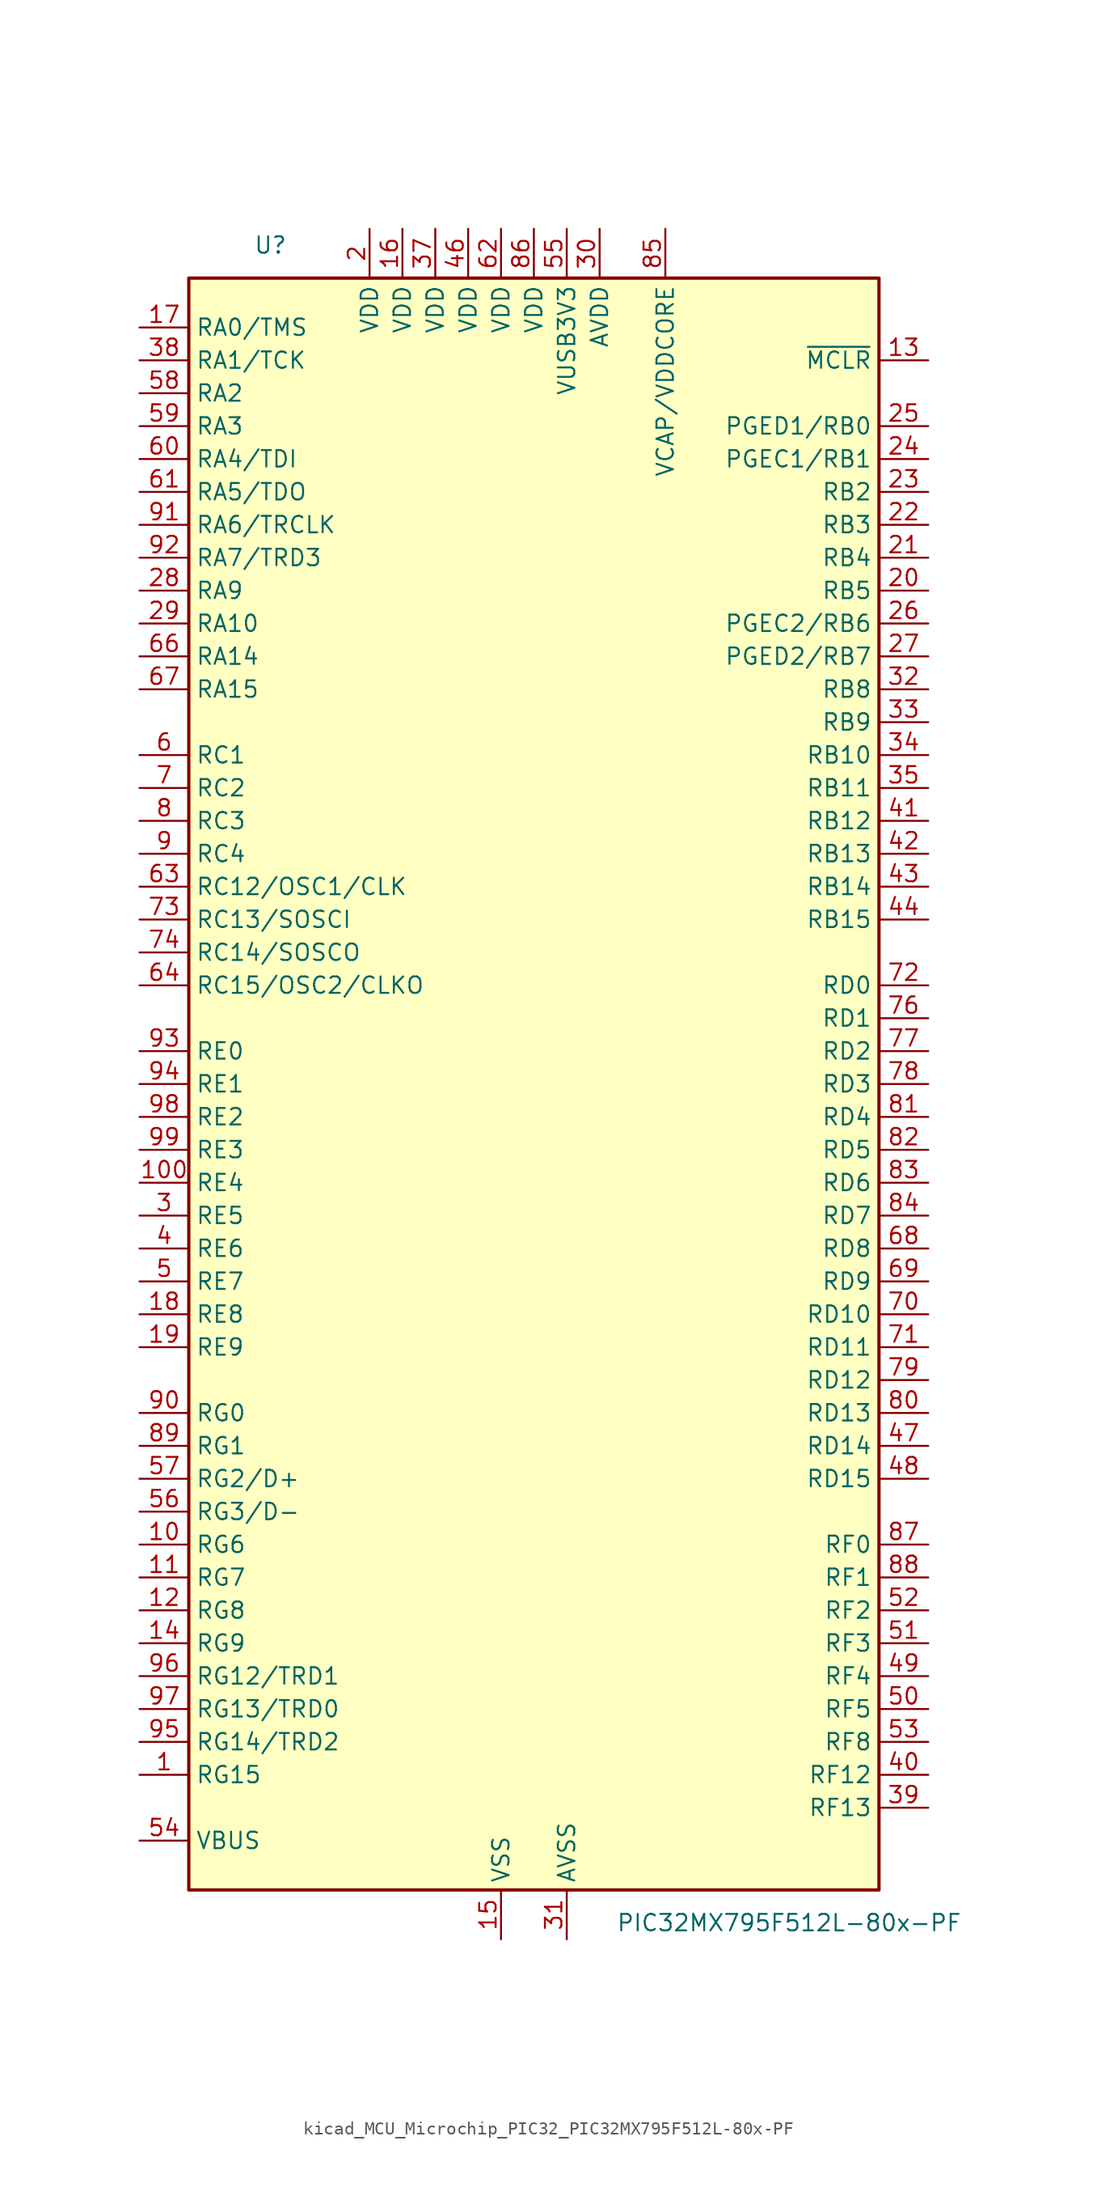
<source format=kicad_sym>
(kicad_symbol_lib
  (version 20220914)
  (generator kicad_symbol_editor)
  (symbol "kicad_MCU_Microchip_PIC32_PIC32MX795F512L-80x-PF"
    (property "Reference" "U"
      (at -19.05 64.77 0)
      (effects (font (size 1.27 1.27)) (justify right)))
    (property "Value" "PIC32MX795F512L-80x-PF"
      (at 6.35 -64.77 0)
      (effects (font (size 1.27 1.27)) (justify left)))
    (symbol "kicad_MCU_Microchip_PIC32_PIC32MX795F512L-80x-PF_0_1"
      (rectangle (start -26.67 62.23) (end 26.67 -62.23) (stroke (width 0.254) (type default)) (fill (type background))))
    (symbol "kicad_MCU_Microchip_PIC32_PIC32MX795F512L-80x-PF_1_1"
      (pin bidirectional line (at -30.48 -53.34 0) (length 3.81) (name "RG15" (effects (font (size 1.27 1.27)))) (number "1" (effects (font (size 1.27 1.27)))))
      (pin bidirectional line (at -30.48 -35.56 0) (length 3.81) (name "RG6" (effects (font (size 1.27 1.27)))) (number "10" (effects (font (size 1.27 1.27)))))
      (pin bidirectional line (at -30.48 -7.62 0) (length 3.81) (name "RE4" (effects (font (size 1.27 1.27)))) (number "100" (effects (font (size 1.27 1.27)))))
      (pin bidirectional line (at -30.48 -38.1 0) (length 3.81) (name "RG7" (effects (font (size 1.27 1.27)))) (number "11" (effects (font (size 1.27 1.27)))))
      (pin bidirectional line (at -30.48 -40.64 0) (length 3.81) (name "RG8" (effects (font (size 1.27 1.27)))) (number "12" (effects (font (size 1.27 1.27)))))
      (pin input line (at 30.48 55.88 180) (length 3.81) (name "~{MCLR}" (effects (font (size 1.27 1.27)))) (number "13" (effects (font (size 1.27 1.27)))))
      (pin bidirectional line (at -30.48 -43.18 0) (length 3.81) (name "RG9" (effects (font (size 1.27 1.27)))) (number "14" (effects (font (size 1.27 1.27)))))
      (pin power_in line (at -2.54 -66.04 90) (length 3.81) (name "VSS" (effects (font (size 1.27 1.27)))) (number "15" (effects (font (size 1.27 1.27)))))
      (pin power_in line (at -10.16 66.04 270) (length 3.81) (name "VDD" (effects (font (size 1.27 1.27)))) (number "16" (effects (font (size 1.27 1.27)))))
      (pin bidirectional line (at -30.48 58.42 0) (length 3.81) (name "RA0/TMS" (effects (font (size 1.27 1.27)))) (number "17" (effects (font (size 1.27 1.27)))))
      (pin bidirectional line (at -30.48 -17.78 0) (length 3.81) (name "RE8" (effects (font (size 1.27 1.27)))) (number "18" (effects (font (size 1.27 1.27)))))
      (pin bidirectional line (at -30.48 -20.32 0) (length 3.81) (name "RE9" (effects (font (size 1.27 1.27)))) (number "19" (effects (font (size 1.27 1.27)))))
      (pin power_in line (at -12.7 66.04 270) (length 3.81) (name "VDD" (effects (font (size 1.27 1.27)))) (number "2" (effects (font (size 1.27 1.27)))))
      (pin bidirectional line (at 30.48 38.1 180) (length 3.81) (name "RB5" (effects (font (size 1.27 1.27)))) (number "20" (effects (font (size 1.27 1.27)))))
      (pin bidirectional line (at 30.48 40.64 180) (length 3.81) (name "RB4" (effects (font (size 1.27 1.27)))) (number "21" (effects (font (size 1.27 1.27)))))
      (pin bidirectional line (at 30.48 43.18 180) (length 3.81) (name "RB3" (effects (font (size 1.27 1.27)))) (number "22" (effects (font (size 1.27 1.27)))))
      (pin bidirectional line (at 30.48 45.72 180) (length 3.81) (name "RB2" (effects (font (size 1.27 1.27)))) (number "23" (effects (font (size 1.27 1.27)))))
      (pin bidirectional line (at 30.48 48.26 180) (length 3.81) (name "PGEC1/RB1" (effects (font (size 1.27 1.27)))) (number "24" (effects (font (size 1.27 1.27)))))
      (pin bidirectional line (at 30.48 50.8 180) (length 3.81) (name "PGED1/RB0" (effects (font (size 1.27 1.27)))) (number "25" (effects (font (size 1.27 1.27)))))
      (pin bidirectional line (at 30.48 35.56 180) (length 3.81) (name "PGEC2/RB6" (effects (font (size 1.27 1.27)))) (number "26" (effects (font (size 1.27 1.27)))))
      (pin bidirectional line (at 30.48 33.02 180) (length 3.81) (name "PGED2/RB7" (effects (font (size 1.27 1.27)))) (number "27" (effects (font (size 1.27 1.27)))))
      (pin bidirectional line (at -30.48 38.1 0) (length 3.81) (name "RA9" (effects (font (size 1.27 1.27)))) (number "28" (effects (font (size 1.27 1.27)))))
      (pin bidirectional line (at -30.48 35.56 0) (length 3.81) (name "RA10" (effects (font (size 1.27 1.27)))) (number "29" (effects (font (size 1.27 1.27)))))
      (pin bidirectional line (at -30.48 -10.16 0) (length 3.81) (name "RE5" (effects (font (size 1.27 1.27)))) (number "3" (effects (font (size 1.27 1.27)))))
      (pin power_in line (at 5.08 66.04 270) (length 3.81) (name "AVDD" (effects (font (size 1.27 1.27)))) (number "30" (effects (font (size 1.27 1.27)))))
      (pin power_in line (at 2.54 -66.04 90) (length 3.81) (name "AVSS" (effects (font (size 1.27 1.27)))) (number "31" (effects (font (size 1.27 1.27)))))
      (pin bidirectional line (at 30.48 30.48 180) (length 3.81) (name "RB8" (effects (font (size 1.27 1.27)))) (number "32" (effects (font (size 1.27 1.27)))))
      (pin bidirectional line (at 30.48 27.94 180) (length 3.81) (name "RB9" (effects (font (size 1.27 1.27)))) (number "33" (effects (font (size 1.27 1.27)))))
      (pin bidirectional line (at 30.48 25.4 180) (length 3.81) (name "RB10" (effects (font (size 1.27 1.27)))) (number "34" (effects (font (size 1.27 1.27)))))
      (pin bidirectional line (at 30.48 22.86 180) (length 3.81) (name "RB11" (effects (font (size 1.27 1.27)))) (number "35" (effects (font (size 1.27 1.27)))))
      (pin passive line (at -2.54 -66.04 90) (length 3.81) hide (name "VSS" (effects (font (size 1.27 1.27)))) (number "36" (effects (font (size 1.27 1.27)))))
      (pin power_in line (at -7.62 66.04 270) (length 3.81) (name "VDD" (effects (font (size 1.27 1.27)))) (number "37" (effects (font (size 1.27 1.27)))))
      (pin bidirectional line (at -30.48 55.88 0) (length 3.81) (name "RA1/TCK" (effects (font (size 1.27 1.27)))) (number "38" (effects (font (size 1.27 1.27)))))
      (pin bidirectional line (at 30.48 -55.88 180) (length 3.81) (name "RF13" (effects (font (size 1.27 1.27)))) (number "39" (effects (font (size 1.27 1.27)))))
      (pin bidirectional line (at -30.48 -12.7 0) (length 3.81) (name "RE6" (effects (font (size 1.27 1.27)))) (number "4" (effects (font (size 1.27 1.27)))))
      (pin bidirectional line (at 30.48 -53.34 180) (length 3.81) (name "RF12" (effects (font (size 1.27 1.27)))) (number "40" (effects (font (size 1.27 1.27)))))
      (pin bidirectional line (at 30.48 20.32 180) (length 3.81) (name "RB12" (effects (font (size 1.27 1.27)))) (number "41" (effects (font (size 1.27 1.27)))))
      (pin bidirectional line (at 30.48 17.78 180) (length 3.81) (name "RB13" (effects (font (size 1.27 1.27)))) (number "42" (effects (font (size 1.27 1.27)))))
      (pin bidirectional line (at 30.48 15.24 180) (length 3.81) (name "RB14" (effects (font (size 1.27 1.27)))) (number "43" (effects (font (size 1.27 1.27)))))
      (pin bidirectional line (at 30.48 12.7 180) (length 3.81) (name "RB15" (effects (font (size 1.27 1.27)))) (number "44" (effects (font (size 1.27 1.27)))))
      (pin passive line (at -2.54 -66.04 90) (length 3.81) hide (name "VSS" (effects (font (size 1.27 1.27)))) (number "45" (effects (font (size 1.27 1.27)))))
      (pin power_in line (at -5.08 66.04 270) (length 3.81) (name "VDD" (effects (font (size 1.27 1.27)))) (number "46" (effects (font (size 1.27 1.27)))))
      (pin bidirectional line (at 30.48 -27.94 180) (length 3.81) (name "RD14" (effects (font (size 1.27 1.27)))) (number "47" (effects (font (size 1.27 1.27)))))
      (pin bidirectional line (at 30.48 -30.48 180) (length 3.81) (name "RD15" (effects (font (size 1.27 1.27)))) (number "48" (effects (font (size 1.27 1.27)))))
      (pin bidirectional line (at 30.48 -45.72 180) (length 3.81) (name "RF4" (effects (font (size 1.27 1.27)))) (number "49" (effects (font (size 1.27 1.27)))))
      (pin bidirectional line (at -30.48 -15.24 0) (length 3.81) (name "RE7" (effects (font (size 1.27 1.27)))) (number "5" (effects (font (size 1.27 1.27)))))
      (pin bidirectional line (at 30.48 -48.26 180) (length 3.81) (name "RF5" (effects (font (size 1.27 1.27)))) (number "50" (effects (font (size 1.27 1.27)))))
      (pin bidirectional line (at 30.48 -43.18 180) (length 3.81) (name "RF3" (effects (font (size 1.27 1.27)))) (number "51" (effects (font (size 1.27 1.27)))))
      (pin bidirectional line (at 30.48 -40.64 180) (length 3.81) (name "RF2" (effects (font (size 1.27 1.27)))) (number "52" (effects (font (size 1.27 1.27)))))
      (pin bidirectional line (at 30.48 -50.8 180) (length 3.81) (name "RF8" (effects (font (size 1.27 1.27)))) (number "53" (effects (font (size 1.27 1.27)))))
      (pin input line (at -30.48 -58.42 0) (length 3.81) (name "VBUS" (effects (font (size 1.27 1.27)))) (number "54" (effects (font (size 1.27 1.27)))))
      (pin power_in line (at 2.54 66.04 270) (length 3.81) (name "VUSB3V3" (effects (font (size 1.27 1.27)))) (number "55" (effects (font (size 1.27 1.27)))))
      (pin bidirectional line (at -30.48 -33.02 0) (length 3.81) (name "RG3/D-" (effects (font (size 1.27 1.27)))) (number "56" (effects (font (size 1.27 1.27)))))
      (pin bidirectional line (at -30.48 -30.48 0) (length 3.81) (name "RG2/D+" (effects (font (size 1.27 1.27)))) (number "57" (effects (font (size 1.27 1.27)))))
      (pin bidirectional line (at -30.48 53.34 0) (length 3.81) (name "RA2" (effects (font (size 1.27 1.27)))) (number "58" (effects (font (size 1.27 1.27)))))
      (pin bidirectional line (at -30.48 50.8 0) (length 3.81) (name "RA3" (effects (font (size 1.27 1.27)))) (number "59" (effects (font (size 1.27 1.27)))))
      (pin bidirectional line (at -30.48 25.4 0) (length 3.81) (name "RC1" (effects (font (size 1.27 1.27)))) (number "6" (effects (font (size 1.27 1.27)))))
      (pin bidirectional line (at -30.48 48.26 0) (length 3.81) (name "RA4/TDI" (effects (font (size 1.27 1.27)))) (number "60" (effects (font (size 1.27 1.27)))))
      (pin bidirectional line (at -30.48 45.72 0) (length 3.81) (name "RA5/TDO" (effects (font (size 1.27 1.27)))) (number "61" (effects (font (size 1.27 1.27)))))
      (pin power_in line (at -2.54 66.04 270) (length 3.81) (name "VDD" (effects (font (size 1.27 1.27)))) (number "62" (effects (font (size 1.27 1.27)))))
      (pin bidirectional line (at -30.48 15.24 0) (length 3.81) (name "RC12/OSC1/CLK" (effects (font (size 1.27 1.27)))) (number "63" (effects (font (size 1.27 1.27)))))
      (pin bidirectional line (at -30.48 7.62 0) (length 3.81) (name "RC15/OSC2/CLKO" (effects (font (size 1.27 1.27)))) (number "64" (effects (font (size 1.27 1.27)))))
      (pin passive line (at -2.54 -66.04 90) (length 3.81) hide (name "VSS" (effects (font (size 1.27 1.27)))) (number "65" (effects (font (size 1.27 1.27)))))
      (pin bidirectional line (at -30.48 33.02 0) (length 3.81) (name "RA14" (effects (font (size 1.27 1.27)))) (number "66" (effects (font (size 1.27 1.27)))))
      (pin bidirectional line (at -30.48 30.48 0) (length 3.81) (name "RA15" (effects (font (size 1.27 1.27)))) (number "67" (effects (font (size 1.27 1.27)))))
      (pin bidirectional line (at 30.48 -12.7 180) (length 3.81) (name "RD8" (effects (font (size 1.27 1.27)))) (number "68" (effects (font (size 1.27 1.27)))))
      (pin bidirectional line (at 30.48 -15.24 180) (length 3.81) (name "RD9" (effects (font (size 1.27 1.27)))) (number "69" (effects (font (size 1.27 1.27)))))
      (pin bidirectional line (at -30.48 22.86 0) (length 3.81) (name "RC2" (effects (font (size 1.27 1.27)))) (number "7" (effects (font (size 1.27 1.27)))))
      (pin bidirectional line (at 30.48 -17.78 180) (length 3.81) (name "RD10" (effects (font (size 1.27 1.27)))) (number "70" (effects (font (size 1.27 1.27)))))
      (pin bidirectional line (at 30.48 -20.32 180) (length 3.81) (name "RD11" (effects (font (size 1.27 1.27)))) (number "71" (effects (font (size 1.27 1.27)))))
      (pin bidirectional line (at 30.48 7.62 180) (length 3.81) (name "RD0" (effects (font (size 1.27 1.27)))) (number "72" (effects (font (size 1.27 1.27)))))
      (pin bidirectional line (at -30.48 12.7 0) (length 3.81) (name "RC13/SOSCI" (effects (font (size 1.27 1.27)))) (number "73" (effects (font (size 1.27 1.27)))))
      (pin bidirectional line (at -30.48 10.16 0) (length 3.81) (name "RC14/SOSCO" (effects (font (size 1.27 1.27)))) (number "74" (effects (font (size 1.27 1.27)))))
      (pin passive line (at -2.54 -66.04 90) (length 3.81) hide (name "VSS" (effects (font (size 1.27 1.27)))) (number "75" (effects (font (size 1.27 1.27)))))
      (pin bidirectional line (at 30.48 5.08 180) (length 3.81) (name "RD1" (effects (font (size 1.27 1.27)))) (number "76" (effects (font (size 1.27 1.27)))))
      (pin bidirectional line (at 30.48 2.54 180) (length 3.81) (name "RD2" (effects (font (size 1.27 1.27)))) (number "77" (effects (font (size 1.27 1.27)))))
      (pin bidirectional line (at 30.48 0 180) (length 3.81) (name "RD3" (effects (font (size 1.27 1.27)))) (number "78" (effects (font (size 1.27 1.27)))))
      (pin bidirectional line (at 30.48 -22.86 180) (length 3.81) (name "RD12" (effects (font (size 1.27 1.27)))) (number "79" (effects (font (size 1.27 1.27)))))
      (pin bidirectional line (at -30.48 20.32 0) (length 3.81) (name "RC3" (effects (font (size 1.27 1.27)))) (number "8" (effects (font (size 1.27 1.27)))))
      (pin bidirectional line (at 30.48 -25.4 180) (length 3.81) (name "RD13" (effects (font (size 1.27 1.27)))) (number "80" (effects (font (size 1.27 1.27)))))
      (pin bidirectional line (at 30.48 -2.54 180) (length 3.81) (name "RD4" (effects (font (size 1.27 1.27)))) (number "81" (effects (font (size 1.27 1.27)))))
      (pin bidirectional line (at 30.48 -5.08 180) (length 3.81) (name "RD5" (effects (font (size 1.27 1.27)))) (number "82" (effects (font (size 1.27 1.27)))))
      (pin bidirectional line (at 30.48 -7.62 180) (length 3.81) (name "RD6" (effects (font (size 1.27 1.27)))) (number "83" (effects (font (size 1.27 1.27)))))
      (pin bidirectional line (at 30.48 -10.16 180) (length 3.81) (name "RD7" (effects (font (size 1.27 1.27)))) (number "84" (effects (font (size 1.27 1.27)))))
      (pin power_out line (at 10.16 66.04 270) (length 3.81) (name "VCAP/VDDCORE" (effects (font (size 1.27 1.27)))) (number "85" (effects (font (size 1.27 1.27)))))
      (pin power_in line (at 0 66.04 270) (length 3.81) (name "VDD" (effects (font (size 1.27 1.27)))) (number "86" (effects (font (size 1.27 1.27)))))
      (pin bidirectional line (at 30.48 -35.56 180) (length 3.81) (name "RF0" (effects (font (size 1.27 1.27)))) (number "87" (effects (font (size 1.27 1.27)))))
      (pin bidirectional line (at 30.48 -38.1 180) (length 3.81) (name "RF1" (effects (font (size 1.27 1.27)))) (number "88" (effects (font (size 1.27 1.27)))))
      (pin bidirectional line (at -30.48 -27.94 0) (length 3.81) (name "RG1" (effects (font (size 1.27 1.27)))) (number "89" (effects (font (size 1.27 1.27)))))
      (pin bidirectional line (at -30.48 17.78 0) (length 3.81) (name "RC4" (effects (font (size 1.27 1.27)))) (number "9" (effects (font (size 1.27 1.27)))))
      (pin bidirectional line (at -30.48 -25.4 0) (length 3.81) (name "RG0" (effects (font (size 1.27 1.27)))) (number "90" (effects (font (size 1.27 1.27)))))
      (pin bidirectional line (at -30.48 43.18 0) (length 3.81) (name "RA6/TRCLK" (effects (font (size 1.27 1.27)))) (number "91" (effects (font (size 1.27 1.27)))))
      (pin bidirectional line (at -30.48 40.64 0) (length 3.81) (name "RA7/TRD3" (effects (font (size 1.27 1.27)))) (number "92" (effects (font (size 1.27 1.27)))))
      (pin bidirectional line (at -30.48 2.54 0) (length 3.81) (name "RE0" (effects (font (size 1.27 1.27)))) (number "93" (effects (font (size 1.27 1.27)))))
      (pin bidirectional line (at -30.48 0 0) (length 3.81) (name "RE1" (effects (font (size 1.27 1.27)))) (number "94" (effects (font (size 1.27 1.27)))))
      (pin bidirectional line (at -30.48 -50.8 0) (length 3.81) (name "RG14/TRD2" (effects (font (size 1.27 1.27)))) (number "95" (effects (font (size 1.27 1.27)))))
      (pin bidirectional line (at -30.48 -45.72 0) (length 3.81) (name "RG12/TRD1" (effects (font (size 1.27 1.27)))) (number "96" (effects (font (size 1.27 1.27)))))
      (pin bidirectional line (at -30.48 -48.26 0) (length 3.81) (name "RG13/TRD0" (effects (font (size 1.27 1.27)))) (number "97" (effects (font (size 1.27 1.27)))))
      (pin bidirectional line (at -30.48 -2.54 0) (length 3.81) (name "RE2" (effects (font (size 1.27 1.27)))) (number "98" (effects (font (size 1.27 1.27)))))
      (pin bidirectional line (at -30.48 -5.08 0) (length 3.81) (name "RE3" (effects (font (size 1.27 1.27)))) (number "99" (effects (font (size 1.27 1.27))))))))
</source>
